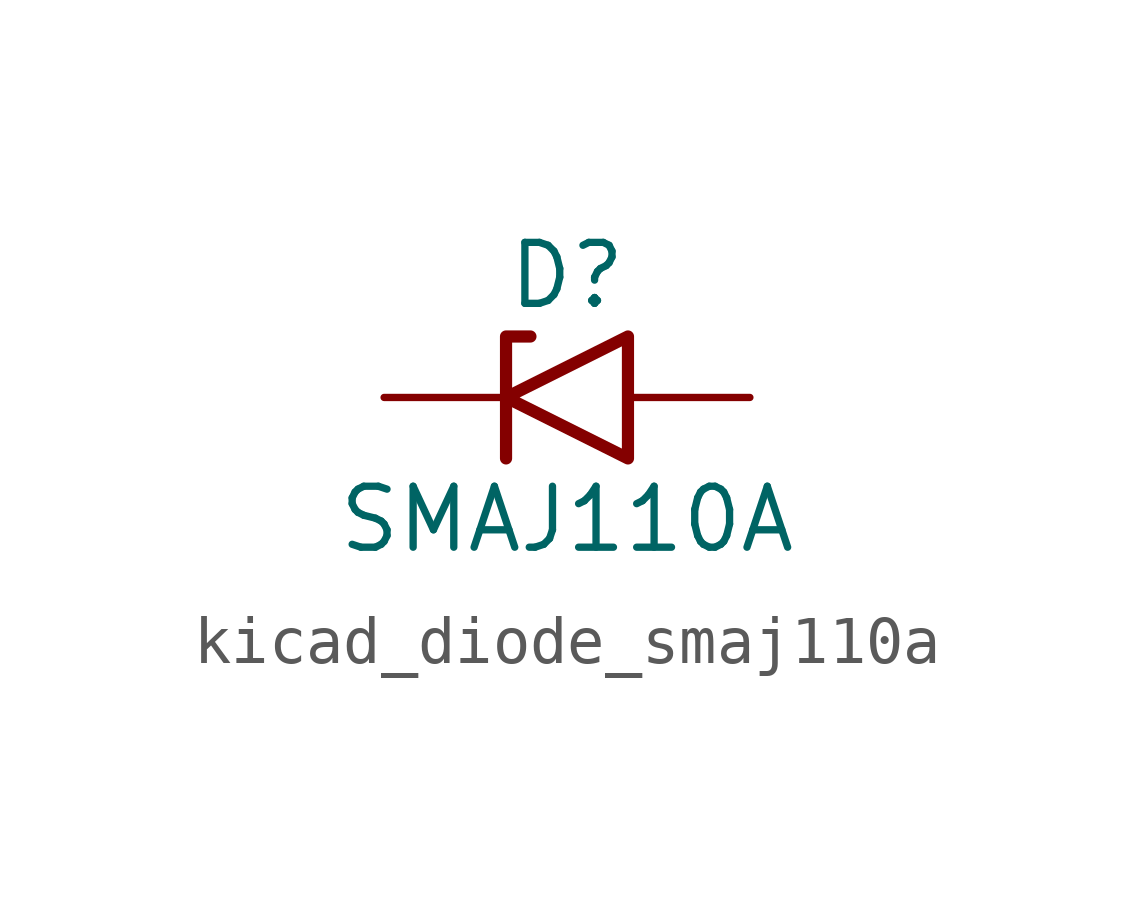
<source format=kicad_sym>
(kicad_symbol_lib
  (version 20220914)
  (generator kicad_symbol_editor)
  (symbol "kicad_diode_smaj110a"
    (pin_numbers hide)
    (pin_names
      (offset 1.016) hide)
    (property "Reference" "D"
      (at 0 2.54 0)
      (effects (font (size 1.27 1.27))))
    (property "Value" "SMAJ110A"
      (at 0 -2.54 0)
      (effects (font (size 1.27 1.27))))
    (symbol "kicad_diode_smaj110a_0_1"
      (polyline (pts (xy -0.762 1.27) (xy -1.27 1.27) (xy -1.27 -1.27)) (stroke (width 0.254) (type default)) (fill (type none)))
      (polyline (pts (xy 1.27 1.27) (xy 1.27 -1.27) (xy -1.27 0) (xy 1.27 1.27)) (stroke (width 0.254) (type default)) (fill (type none))))
    (symbol "kicad_diode_smaj110a_1_1"
      (pin passive line (at -3.81 0 0) (length 2.54) (name "A1" (effects (font (size 1.27 1.27)))) (number "1" (effects (font (size 1.27 1.27)))))
      (pin passive line (at 3.81 0 180) (length 2.54) (name "A2" (effects (font (size 1.27 1.27)))) (number "2" (effects (font (size 1.27 1.27))))))))
</source>
